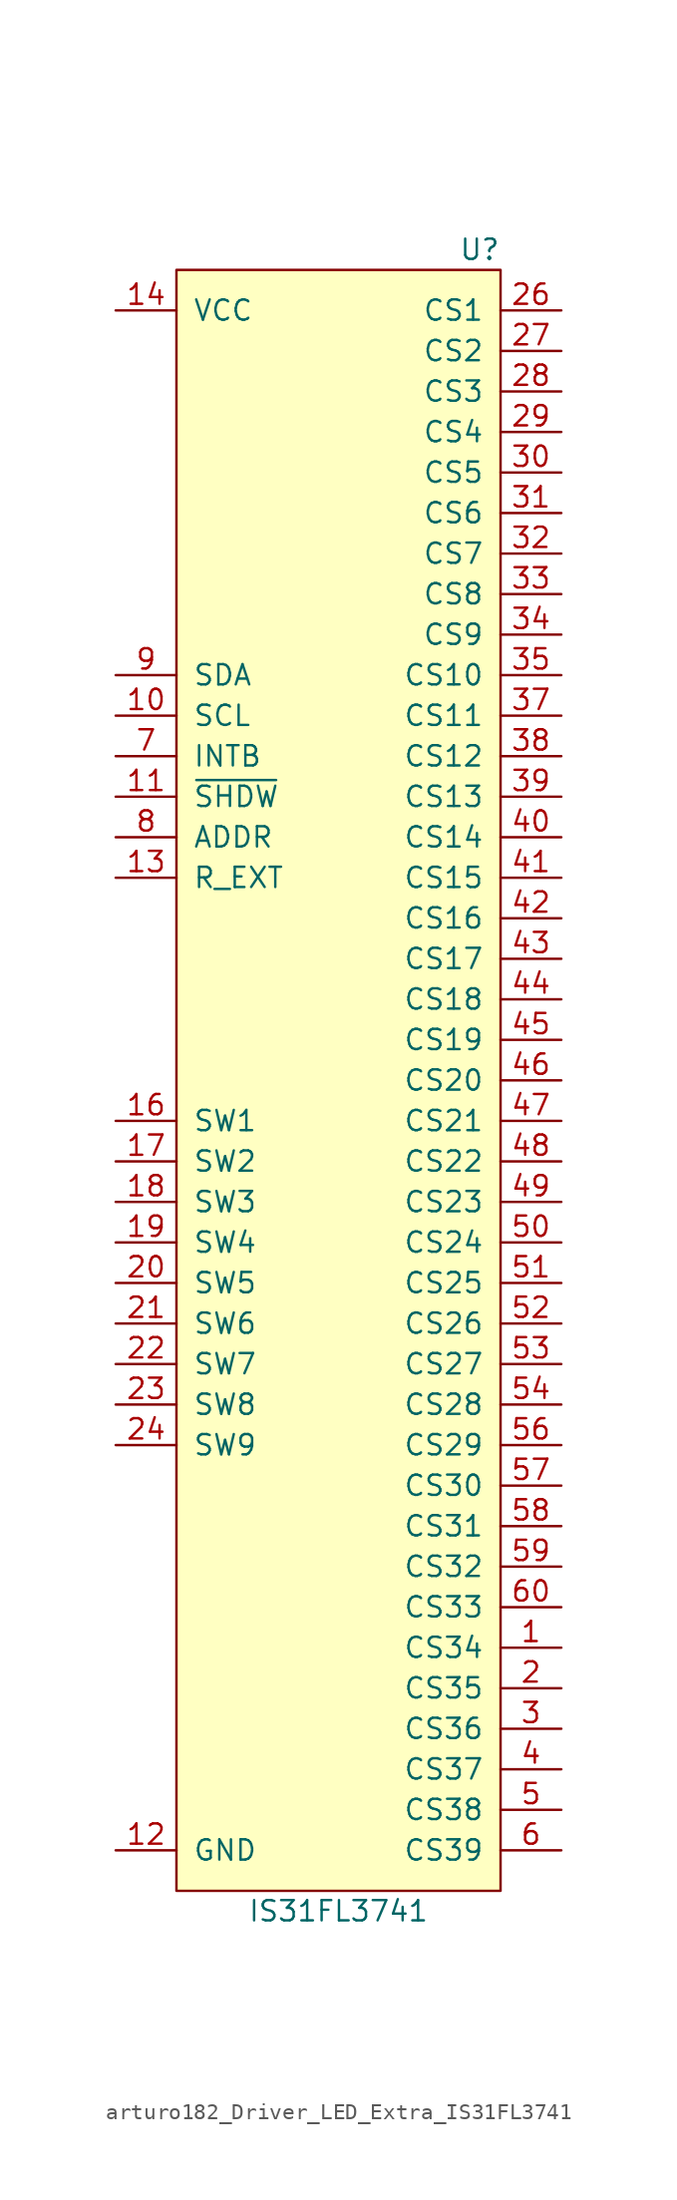
<source format=kicad_sym>
(kicad_symbol_lib
  (version 20220914)
  (generator kicad_symbol_editor)
  (symbol "arturo182_Driver_LED_Extra_IS31FL3741"
    (pin_names
      (offset 1.016))
    (property "Reference" "U"
      (at 10.16 49.53 0)
      (effects (font (size 1.27 1.27)) (justify right)))
    (property "Value" "IS31FL3741"
      (at 0 -54.61 0)
      (effects (font (size 1.27 1.27))))
    (symbol "arturo182_Driver_LED_Extra_IS31FL3741_0_1"
      (rectangle (start -10.16 48.26) (end 10.16 -53.34) (stroke (width 0) (type solid)) (fill (type background))))
    (symbol "arturo182_Driver_LED_Extra_IS31FL3741_1_1"
      (pin input line (at 13.97 -38.1 180) (length 3.81) (name "CS34" (effects (font (size 1.27 1.27)))) (number "1" (effects (font (size 1.27 1.27)))))
      (pin input line (at -13.97 20.32 0) (length 3.81) (name "SCL" (effects (font (size 1.27 1.27)))) (number "10" (effects (font (size 1.27 1.27)))))
      (pin input line (at -13.97 15.24 0) (length 3.81) (name "~{SHDW}" (effects (font (size 1.27 1.27)))) (number "11" (effects (font (size 1.27 1.27)))))
      (pin power_in line (at -13.97 -50.8 0) (length 3.81) (name "GND" (effects (font (size 1.27 1.27)))) (number "12" (effects (font (size 1.27 1.27)))))
      (pin input line (at -13.97 10.16 0) (length 3.81) (name "R_EXT" (effects (font (size 1.27 1.27)))) (number "13" (effects (font (size 1.27 1.27)))))
      (pin power_in line (at -13.97 45.72 0) (length 3.81) (name "VCC" (effects (font (size 1.27 1.27)))) (number "14" (effects (font (size 1.27 1.27)))))
      (pin passive line (at -13.97 45.72 0) (length 3.81) hide (name "VCC" (effects (font (size 1.27 1.27)))) (number "15" (effects (font (size 1.27 1.27)))))
      (pin input line (at -13.97 -5.08 0) (length 3.81) (name "SW1" (effects (font (size 1.27 1.27)))) (number "16" (effects (font (size 1.27 1.27)))))
      (pin input line (at -13.97 -7.62 0) (length 3.81) (name "SW2" (effects (font (size 1.27 1.27)))) (number "17" (effects (font (size 1.27 1.27)))))
      (pin input line (at -13.97 -10.16 0) (length 3.81) (name "SW3" (effects (font (size 1.27 1.27)))) (number "18" (effects (font (size 1.27 1.27)))))
      (pin input line (at -13.97 -12.7 0) (length 3.81) (name "SW4" (effects (font (size 1.27 1.27)))) (number "19" (effects (font (size 1.27 1.27)))))
      (pin input line (at 13.97 -40.64 180) (length 3.81) (name "CS35" (effects (font (size 1.27 1.27)))) (number "2" (effects (font (size 1.27 1.27)))))
      (pin input line (at -13.97 -15.24 0) (length 3.81) (name "SW5" (effects (font (size 1.27 1.27)))) (number "20" (effects (font (size 1.27 1.27)))))
      (pin input line (at -13.97 -17.78 0) (length 3.81) (name "SW6" (effects (font (size 1.27 1.27)))) (number "21" (effects (font (size 1.27 1.27)))))
      (pin input line (at -13.97 -20.32 0) (length 3.81) (name "SW7" (effects (font (size 1.27 1.27)))) (number "22" (effects (font (size 1.27 1.27)))))
      (pin input line (at -13.97 -22.86 0) (length 3.81) (name "SW8" (effects (font (size 1.27 1.27)))) (number "23" (effects (font (size 1.27 1.27)))))
      (pin input line (at -13.97 -25.4 0) (length 3.81) (name "SW9" (effects (font (size 1.27 1.27)))) (number "24" (effects (font (size 1.27 1.27)))))
      (pin passive line (at -13.97 45.72 0) (length 3.81) hide (name "VCC" (effects (font (size 1.27 1.27)))) (number "25" (effects (font (size 1.27 1.27)))))
      (pin input line (at 13.97 45.72 180) (length 3.81) (name "CS1" (effects (font (size 1.27 1.27)))) (number "26" (effects (font (size 1.27 1.27)))))
      (pin input line (at 13.97 43.18 180) (length 3.81) (name "CS2" (effects (font (size 1.27 1.27)))) (number "27" (effects (font (size 1.27 1.27)))))
      (pin input line (at 13.97 40.64 180) (length 3.81) (name "CS3" (effects (font (size 1.27 1.27)))) (number "28" (effects (font (size 1.27 1.27)))))
      (pin input line (at 13.97 38.1 180) (length 3.81) (name "CS4" (effects (font (size 1.27 1.27)))) (number "29" (effects (font (size 1.27 1.27)))))
      (pin input line (at 13.97 -43.18 180) (length 3.81) (name "CS36" (effects (font (size 1.27 1.27)))) (number "3" (effects (font (size 1.27 1.27)))))
      (pin input line (at 13.97 35.56 180) (length 3.81) (name "CS5" (effects (font (size 1.27 1.27)))) (number "30" (effects (font (size 1.27 1.27)))))
      (pin input line (at 13.97 33.02 180) (length 3.81) (name "CS6" (effects (font (size 1.27 1.27)))) (number "31" (effects (font (size 1.27 1.27)))))
      (pin input line (at 13.97 30.48 180) (length 3.81) (name "CS7" (effects (font (size 1.27 1.27)))) (number "32" (effects (font (size 1.27 1.27)))))
      (pin input line (at 13.97 27.94 180) (length 3.81) (name "CS8" (effects (font (size 1.27 1.27)))) (number "33" (effects (font (size 1.27 1.27)))))
      (pin input line (at 13.97 25.4 180) (length 3.81) (name "CS9" (effects (font (size 1.27 1.27)))) (number "34" (effects (font (size 1.27 1.27)))))
      (pin input line (at 13.97 22.86 180) (length 3.81) (name "CS10" (effects (font (size 1.27 1.27)))) (number "35" (effects (font (size 1.27 1.27)))))
      (pin passive line (at -13.97 -50.8 0) (length 3.81) hide (name "GND" (effects (font (size 1.27 1.27)))) (number "36" (effects (font (size 1.27 1.27)))))
      (pin input line (at 13.97 20.32 180) (length 3.81) (name "CS11" (effects (font (size 1.27 1.27)))) (number "37" (effects (font (size 1.27 1.27)))))
      (pin input line (at 13.97 17.78 180) (length 3.81) (name "CS12" (effects (font (size 1.27 1.27)))) (number "38" (effects (font (size 1.27 1.27)))))
      (pin input line (at 13.97 15.24 180) (length 3.81) (name "CS13" (effects (font (size 1.27 1.27)))) (number "39" (effects (font (size 1.27 1.27)))))
      (pin input line (at 13.97 -45.72 180) (length 3.81) (name "CS37" (effects (font (size 1.27 1.27)))) (number "4" (effects (font (size 1.27 1.27)))))
      (pin input line (at 13.97 12.7 180) (length 3.81) (name "CS14" (effects (font (size 1.27 1.27)))) (number "40" (effects (font (size 1.27 1.27)))))
      (pin input line (at 13.97 10.16 180) (length 3.81) (name "CS15" (effects (font (size 1.27 1.27)))) (number "41" (effects (font (size 1.27 1.27)))))
      (pin input line (at 13.97 7.62 180) (length 3.81) (name "CS16" (effects (font (size 1.27 1.27)))) (number "42" (effects (font (size 1.27 1.27)))))
      (pin input line (at 13.97 5.08 180) (length 3.81) (name "CS17" (effects (font (size 1.27 1.27)))) (number "43" (effects (font (size 1.27 1.27)))))
      (pin input line (at 13.97 2.54 180) (length 3.81) (name "CS18" (effects (font (size 1.27 1.27)))) (number "44" (effects (font (size 1.27 1.27)))))
      (pin input line (at 13.97 0 180) (length 3.81) (name "CS19" (effects (font (size 1.27 1.27)))) (number "45" (effects (font (size 1.27 1.27)))))
      (pin input line (at 13.97 -2.54 180) (length 3.81) (name "CS20" (effects (font (size 1.27 1.27)))) (number "46" (effects (font (size 1.27 1.27)))))
      (pin input line (at 13.97 -5.08 180) (length 3.81) (name "CS21" (effects (font (size 1.27 1.27)))) (number "47" (effects (font (size 1.27 1.27)))))
      (pin input line (at 13.97 -7.62 180) (length 3.81) (name "CS22" (effects (font (size 1.27 1.27)))) (number "48" (effects (font (size 1.27 1.27)))))
      (pin input line (at 13.97 -10.16 180) (length 3.81) (name "CS23" (effects (font (size 1.27 1.27)))) (number "49" (effects (font (size 1.27 1.27)))))
      (pin input line (at 13.97 -48.26 180) (length 3.81) (name "CS38" (effects (font (size 1.27 1.27)))) (number "5" (effects (font (size 1.27 1.27)))))
      (pin input line (at 13.97 -12.7 180) (length 3.81) (name "CS24" (effects (font (size 1.27 1.27)))) (number "50" (effects (font (size 1.27 1.27)))))
      (pin input line (at 13.97 -15.24 180) (length 3.81) (name "CS25" (effects (font (size 1.27 1.27)))) (number "51" (effects (font (size 1.27 1.27)))))
      (pin input line (at 13.97 -17.78 180) (length 3.81) (name "CS26" (effects (font (size 1.27 1.27)))) (number "52" (effects (font (size 1.27 1.27)))))
      (pin input line (at 13.97 -20.32 180) (length 3.81) (name "CS27" (effects (font (size 1.27 1.27)))) (number "53" (effects (font (size 1.27 1.27)))))
      (pin input line (at 13.97 -22.86 180) (length 3.81) (name "CS28" (effects (font (size 1.27 1.27)))) (number "54" (effects (font (size 1.27 1.27)))))
      (pin passive line (at -13.97 -50.8 0) (length 3.81) hide (name "GND" (effects (font (size 1.27 1.27)))) (number "55" (effects (font (size 1.27 1.27)))))
      (pin input line (at 13.97 -25.4 180) (length 3.81) (name "CS29" (effects (font (size 1.27 1.27)))) (number "56" (effects (font (size 1.27 1.27)))))
      (pin input line (at 13.97 -27.94 180) (length 3.81) (name "CS30" (effects (font (size 1.27 1.27)))) (number "57" (effects (font (size 1.27 1.27)))))
      (pin input line (at 13.97 -30.48 180) (length 3.81) (name "CS31" (effects (font (size 1.27 1.27)))) (number "58" (effects (font (size 1.27 1.27)))))
      (pin input line (at 13.97 -33.02 180) (length 3.81) (name "CS32" (effects (font (size 1.27 1.27)))) (number "59" (effects (font (size 1.27 1.27)))))
      (pin input line (at 13.97 -50.8 180) (length 3.81) (name "CS39" (effects (font (size 1.27 1.27)))) (number "6" (effects (font (size 1.27 1.27)))))
      (pin input line (at 13.97 -35.56 180) (length 3.81) (name "CS33" (effects (font (size 1.27 1.27)))) (number "60" (effects (font (size 1.27 1.27)))))
      (pin passive line (at -13.97 -50.8 0) (length 3.81) hide (name "GND" (effects (font (size 1.27 1.27)))) (number "61" (effects (font (size 1.27 1.27)))))
      (pin output line (at -13.97 17.78 0) (length 3.81) (name "INTB" (effects (font (size 1.27 1.27)))) (number "7" (effects (font (size 1.27 1.27)))))
      (pin input line (at -13.97 12.7 0) (length 3.81) (name "ADDR" (effects (font (size 1.27 1.27)))) (number "8" (effects (font (size 1.27 1.27)))))
      (pin bidirectional line (at -13.97 22.86 0) (length 3.81) (name "SDA" (effects (font (size 1.27 1.27)))) (number "9" (effects (font (size 1.27 1.27))))))))
</source>
